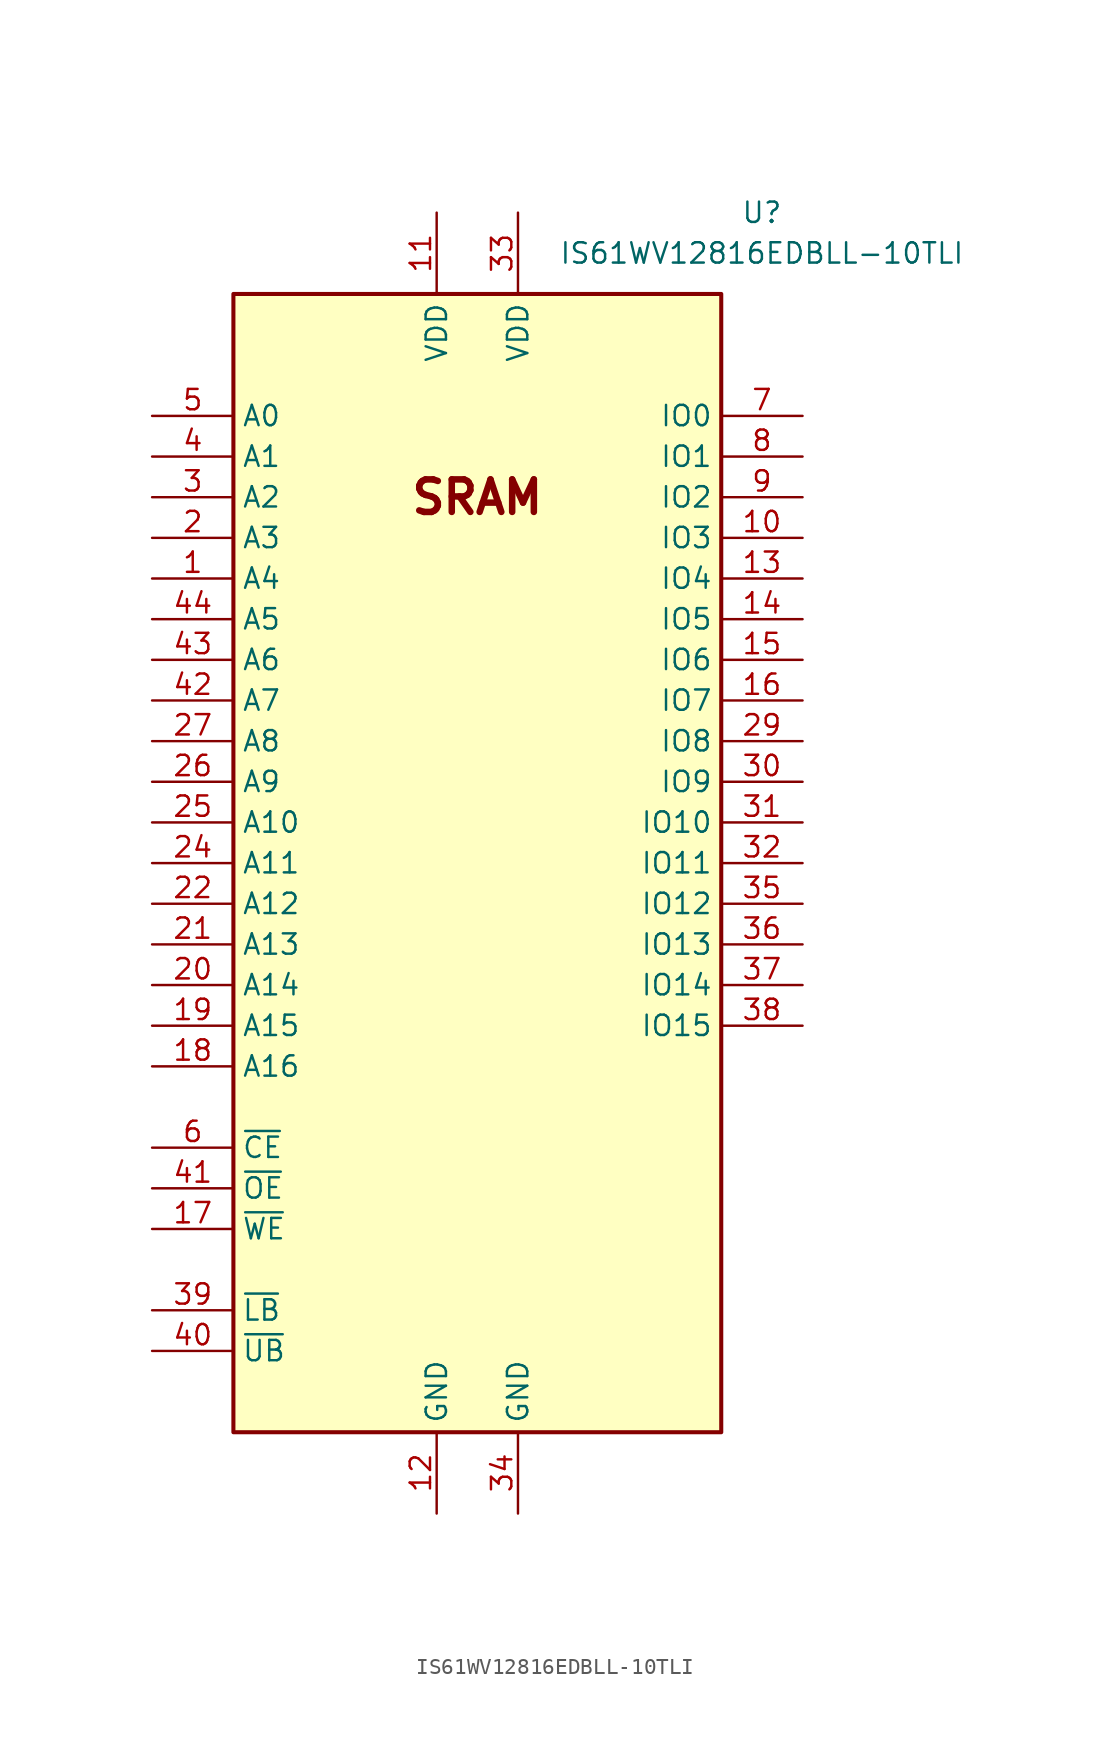
<source format=kicad_sym>
(kicad_symbol_lib
  (version 20201005)
  (generator kicad_symbol_editor)
  (symbol "KLIB_Memory_RAM:IS61WV12816EDBLL-10TLI"
    (property "Reference" "U"
      (at 17.78 40.64 0)
      (effects (font (size 1.27 1.27))))
    (property "Value" "IS61WV12816EDBLL-10TLI"
      (at 17.78 38.1 0)
      (effects (font (size 1.27 1.27))))
    (symbol "IS61WV12816EDBLL-10TLI_0_0"
      (text "SRAM" (at 0 22.86 0) (effects (font (size 2.032 2.032) bold))))
    (symbol "IS61WV12816EDBLL-10TLI_0_1"
      (rectangle (start -15.24 35.56) (end 15.24 -35.56) (stroke (width 0.254)) (fill (type background))))
    (symbol "IS61WV12816EDBLL-10TLI_1_1"
      (pin input line (at -20.32 17.78 0) (length 5.08) (name "A4" (effects (font (size 1.27 1.27)))) (number "1" (effects (font (size 1.27 1.27)))))
      (pin bidirectional line (at 20.32 20.32 180) (length 5.08) (name "IO3" (effects (font (size 1.27 1.27)))) (number "10" (effects (font (size 1.27 1.27)))))
      (pin power_in line (at -2.54 40.64 270) (length 5.08) (name "VDD" (effects (font (size 1.27 1.27)))) (number "11" (effects (font (size 1.27 1.27)))))
      (pin power_in line (at -2.54 -40.64 90) (length 5.08) (name "GND" (effects (font (size 1.27 1.27)))) (number "12" (effects (font (size 1.27 1.27)))))
      (pin bidirectional line (at 20.32 17.78 180) (length 5.08) (name "IO4" (effects (font (size 1.27 1.27)))) (number "13" (effects (font (size 1.27 1.27)))))
      (pin bidirectional line (at 20.32 15.24 180) (length 5.08) (name "IO5" (effects (font (size 1.27 1.27)))) (number "14" (effects (font (size 1.27 1.27)))))
      (pin bidirectional line (at 20.32 12.7 180) (length 5.08) (name "IO6" (effects (font (size 1.27 1.27)))) (number "15" (effects (font (size 1.27 1.27)))))
      (pin bidirectional line (at 20.32 10.16 180) (length 5.08) (name "IO7" (effects (font (size 1.27 1.27)))) (number "16" (effects (font (size 1.27 1.27)))))
      (pin input line (at -20.32 -22.86 0) (length 5.08) (name "~WE" (effects (font (size 1.27 1.27)))) (number "17" (effects (font (size 1.27 1.27)))))
      (pin input line (at -20.32 -12.7 0) (length 5.08) (name "A16" (effects (font (size 1.27 1.27)))) (number "18" (effects (font (size 1.27 1.27)))))
      (pin input line (at -20.32 -10.16 0) (length 5.08) (name "A15" (effects (font (size 1.27 1.27)))) (number "19" (effects (font (size 1.27 1.27)))))
      (pin input line (at -20.32 20.32 0) (length 5.08) (name "A3" (effects (font (size 1.27 1.27)))) (number "2" (effects (font (size 1.27 1.27)))))
      (pin input line (at -20.32 -7.62 0) (length 5.08) (name "A14" (effects (font (size 1.27 1.27)))) (number "20" (effects (font (size 1.27 1.27)))))
      (pin input line (at -20.32 -5.08 0) (length 5.08) (name "A13" (effects (font (size 1.27 1.27)))) (number "21" (effects (font (size 1.27 1.27)))))
      (pin input line (at -20.32 -2.54 0) (length 5.08) (name "A12" (effects (font (size 1.27 1.27)))) (number "22" (effects (font (size 1.27 1.27)))))
      (pin unconnected line (at -5.08 -2.54 90) (length 5.08) hide (name "NC" (effects (font (size 1.27 1.27)))) (number "23" (effects (font (size 1.27 1.27)))))
      (pin input line (at -20.32 0 0) (length 5.08) (name "A11" (effects (font (size 1.27 1.27)))) (number "24" (effects (font (size 1.27 1.27)))))
      (pin input line (at -20.32 2.54 0) (length 5.08) (name "A10" (effects (font (size 1.27 1.27)))) (number "25" (effects (font (size 1.27 1.27)))))
      (pin input line (at -20.32 5.08 0) (length 5.08) (name "A9" (effects (font (size 1.27 1.27)))) (number "26" (effects (font (size 1.27 1.27)))))
      (pin input line (at -20.32 7.62 0) (length 5.08) (name "A8" (effects (font (size 1.27 1.27)))) (number "27" (effects (font (size 1.27 1.27)))))
      (pin unconnected line (at 5.08 -2.54 90) (length 5.08) hide (name "NC" (effects (font (size 1.27 1.27)))) (number "28" (effects (font (size 1.27 1.27)))))
      (pin bidirectional line (at 20.32 7.62 180) (length 5.08) (name "IO8" (effects (font (size 1.27 1.27)))) (number "29" (effects (font (size 1.27 1.27)))))
      (pin input line (at -20.32 22.86 0) (length 5.08) (name "A2" (effects (font (size 1.27 1.27)))) (number "3" (effects (font (size 1.27 1.27)))))
      (pin bidirectional line (at 20.32 5.08 180) (length 5.08) (name "IO9" (effects (font (size 1.27 1.27)))) (number "30" (effects (font (size 1.27 1.27)))))
      (pin bidirectional line (at 20.32 2.54 180) (length 5.08) (name "IO10" (effects (font (size 1.27 1.27)))) (number "31" (effects (font (size 1.27 1.27)))))
      (pin bidirectional line (at 20.32 0 180) (length 5.08) (name "IO11" (effects (font (size 1.27 1.27)))) (number "32" (effects (font (size 1.27 1.27)))))
      (pin power_in line (at 2.54 40.64 270) (length 5.08) (name "VDD" (effects (font (size 1.27 1.27)))) (number "33" (effects (font (size 1.27 1.27)))))
      (pin power_in line (at 2.54 -40.64 90) (length 5.08) (name "GND" (effects (font (size 1.27 1.27)))) (number "34" (effects (font (size 1.27 1.27)))))
      (pin bidirectional line (at 20.32 -2.54 180) (length 5.08) (name "IO12" (effects (font (size 1.27 1.27)))) (number "35" (effects (font (size 1.27 1.27)))))
      (pin bidirectional line (at 20.32 -5.08 180) (length 5.08) (name "IO13" (effects (font (size 1.27 1.27)))) (number "36" (effects (font (size 1.27 1.27)))))
      (pin bidirectional line (at 20.32 -7.62 180) (length 5.08) (name "IO14" (effects (font (size 1.27 1.27)))) (number "37" (effects (font (size 1.27 1.27)))))
      (pin bidirectional line (at 20.32 -10.16 180) (length 5.08) (name "IO15" (effects (font (size 1.27 1.27)))) (number "38" (effects (font (size 1.27 1.27)))))
      (pin input line (at -20.32 -27.94 0) (length 5.08) (name "~LB" (effects (font (size 1.27 1.27)))) (number "39" (effects (font (size 1.27 1.27)))))
      (pin input line (at -20.32 25.4 0) (length 5.08) (name "A1" (effects (font (size 1.27 1.27)))) (number "4" (effects (font (size 1.27 1.27)))))
      (pin input line (at -20.32 -30.48 0) (length 5.08) (name "~UB" (effects (font (size 1.27 1.27)))) (number "40" (effects (font (size 1.27 1.27)))))
      (pin input line (at -20.32 -20.32 0) (length 5.08) (name "~OE" (effects (font (size 1.27 1.27)))) (number "41" (effects (font (size 1.27 1.27)))))
      (pin input line (at -20.32 10.16 0) (length 5.08) (name "A7" (effects (font (size 1.27 1.27)))) (number "42" (effects (font (size 1.27 1.27)))))
      (pin input line (at -20.32 12.7 0) (length 5.08) (name "A6" (effects (font (size 1.27 1.27)))) (number "43" (effects (font (size 1.27 1.27)))))
      (pin input line (at -20.32 15.24 0) (length 5.08) (name "A5" (effects (font (size 1.27 1.27)))) (number "44" (effects (font (size 1.27 1.27)))))
      (pin input line (at -20.32 27.94 0) (length 5.08) (name "A0" (effects (font (size 1.27 1.27)))) (number "5" (effects (font (size 1.27 1.27)))))
      (pin input line (at -20.32 -17.78 0) (length 5.08) (name "~CE" (effects (font (size 1.27 1.27)))) (number "6" (effects (font (size 1.27 1.27)))))
      (pin bidirectional line (at 20.32 27.94 180) (length 5.08) (name "IO0" (effects (font (size 1.27 1.27)))) (number "7" (effects (font (size 1.27 1.27)))))
      (pin bidirectional line (at 20.32 25.4 180) (length 5.08) (name "IO1" (effects (font (size 1.27 1.27)))) (number "8" (effects (font (size 1.27 1.27)))))
      (pin bidirectional line (at 20.32 22.86 180) (length 5.08) (name "IO2" (effects (font (size 1.27 1.27)))) (number "9" (effects (font (size 1.27 1.27))))))))
</source>
